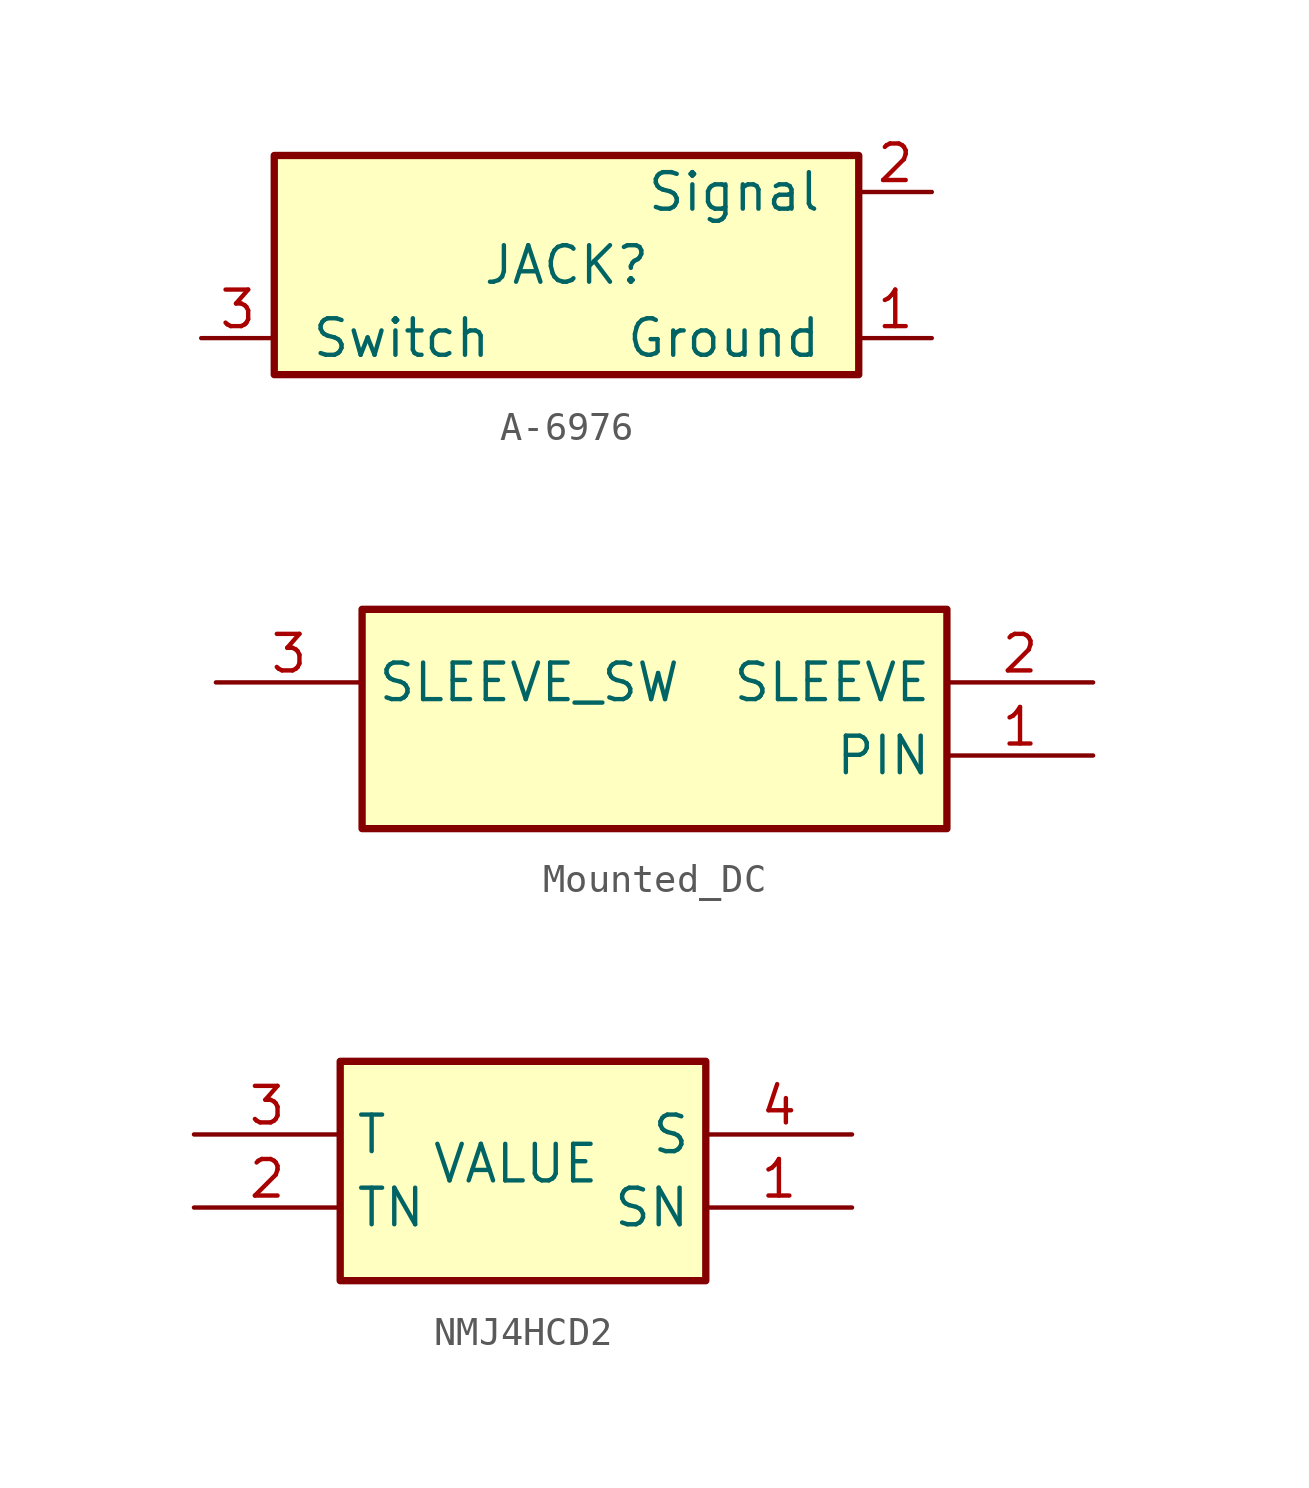
<source format=kicad_sym>
(kicad_symbol_lib
  (version 20241209)
  (generator "kicad_symbol_editor")
  (generator_version "9.0")
  (symbol "A-6976"
    (pin_names
      (offset 1.27))
    (property "Reference" "JACK"
      (at 0 0 0)
      (effects (font (size 1.27 1.27))))
    (property "Value" ""
      (at 0 0 0)
      (effects (font (size 1.27 1.27))))
    (symbol "A-6976_1_1"
      (rectangle (start -10.16 3.81) (end 10.16 -3.81) (stroke (width 0.254) (type default)) (fill (type background)))
      (pin input line (at -12.7 -2.54 0) (length 2.54) (name "Switch" (effects (font (size 1.27 1.27)))) (number "3" (effects (font (size 1.27 1.27)))))
      (pin input line (at 12.7 2.54 180) (length 2.54) (name "Signal" (effects (font (size 1.27 1.27)))) (number "2" (effects (font (size 1.27 1.27)))))
      (pin input line (at 12.7 -2.54 180) (length 2.54) (name "Ground" (effects (font (size 1.27 1.27)))) (number "1" (effects (font (size 1.27 1.27)))))))
  (symbol "Mounted_DC"
    (property "Reference" "J"
      (at 26.67 7.62 0)
      (effects (font (size 1.27 1.27)) (justify left top) (hide yes)))
    (symbol "Mounted_DC_1_1"
      (rectangle (start 5.08 2.54) (end 25.4 -5.08) (stroke (width 0.254) (type default)) (fill (type background)))
      (pin passive line (at 0 0 0) (length 5.08) (name "SLEEVE_SW" (effects (font (size 1.27 1.27)))) (number "3" (effects (font (size 1.27 1.27)))))
      (pin passive line (at 30.48 0 180) (length 5.08) (name "SLEEVE" (effects (font (size 1.27 1.27)))) (number "2" (effects (font (size 1.27 1.27)))))
      (pin passive line (at 30.48 -2.54 180) (length 5.08) (name "PIN" (effects (font (size 1.27 1.27)))) (number "1" (effects (font (size 1.27 1.27)))))))
  (symbol "NMJ4HCD2"
    (property "Reference" "J"
      (at 19.05 7.62 0)
      (do_not_autoplace)
      (effects (font (size 1.27 1.27)) (justify left top) (hide yes)))
    (property "Value" "VALUE"
      (at 11.176 -1.016 0)
      (do_not_autoplace)
      (effects (font (size 1.27 1.27))))
    (symbol "NMJ4HCD2_1_1"
      (rectangle (start 5.08 2.54) (end 17.78 -5.08) (stroke (width 0.254) (type default)) (fill (type background)))
      (pin passive line (at 0 0 0) (length 5.08) (name "T" (effects (font (size 1.27 1.27)))) (number "3" (effects (font (size 1.27 1.27)))))
      (pin passive line (at 0 -2.54 0) (length 5.08) (name "TN" (effects (font (size 1.27 1.27)))) (number "2" (effects (font (size 1.27 1.27)))))
      (pin passive line (at 22.86 0 180) (length 5.08) (name "S" (effects (font (size 1.27 1.27)))) (number "4" (effects (font (size 1.27 1.27)))))
      (pin passive line (at 22.86 -2.54 180) (length 5.08) (name "SN" (effects (font (size 1.27 1.27)))) (number "1" (effects (font (size 1.27 1.27))))))))
</source>
